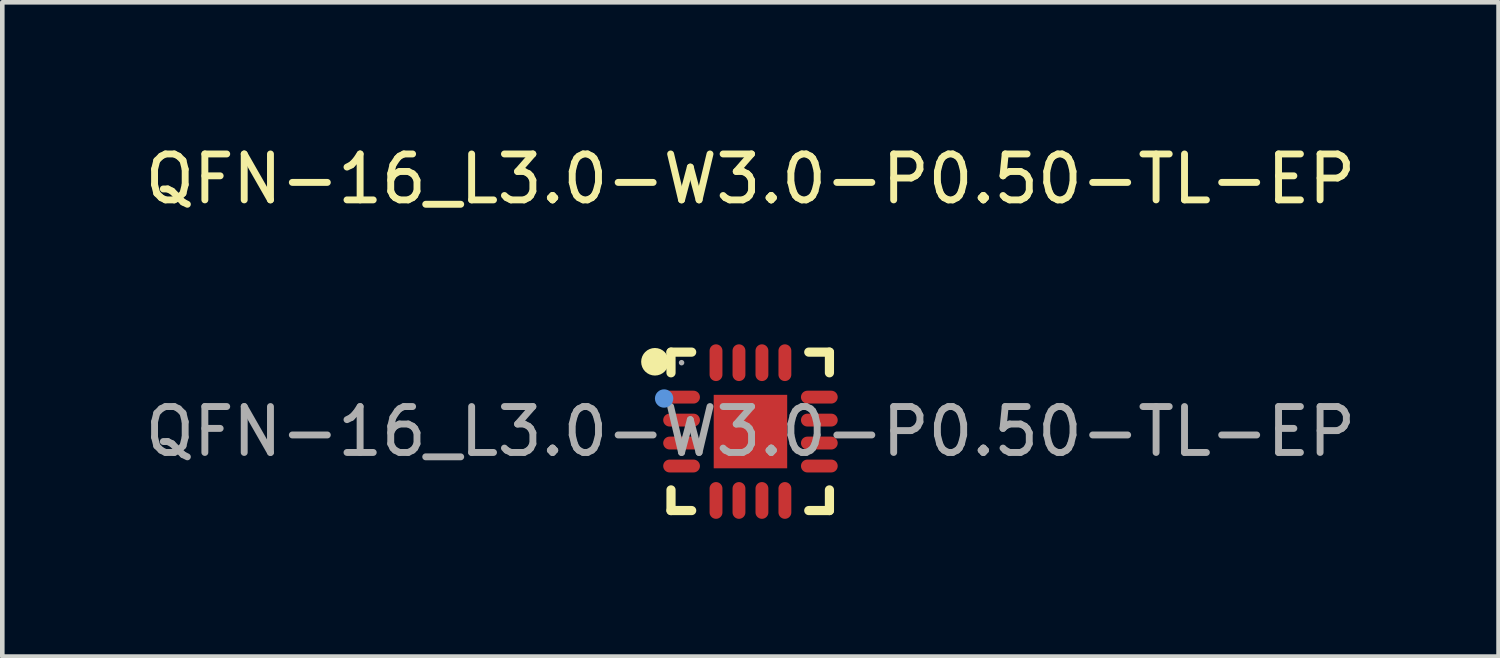
<source format=kicad_pcb>
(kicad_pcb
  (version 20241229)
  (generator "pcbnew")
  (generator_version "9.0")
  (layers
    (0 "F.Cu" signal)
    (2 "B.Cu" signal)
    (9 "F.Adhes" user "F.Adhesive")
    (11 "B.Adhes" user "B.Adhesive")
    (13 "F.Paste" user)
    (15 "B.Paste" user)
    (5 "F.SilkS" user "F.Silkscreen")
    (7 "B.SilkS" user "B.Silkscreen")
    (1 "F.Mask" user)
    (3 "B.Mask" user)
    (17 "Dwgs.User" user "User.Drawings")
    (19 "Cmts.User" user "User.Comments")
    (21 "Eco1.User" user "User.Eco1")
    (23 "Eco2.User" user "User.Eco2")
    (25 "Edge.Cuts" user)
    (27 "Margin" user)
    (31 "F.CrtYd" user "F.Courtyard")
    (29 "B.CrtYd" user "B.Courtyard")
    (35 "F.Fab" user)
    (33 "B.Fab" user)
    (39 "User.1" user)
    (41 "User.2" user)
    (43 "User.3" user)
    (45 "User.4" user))
  (footprint "QFN-16_L3.0-W3.0-P0.50-TL-EP"
    (layer "F.Cu")
    (at 13.292 6.348)
    (property "Reference" "QFN-16_L3.0-W3.0-P0.50-TL-EP" (at 0 -5.5 0) (layer "F.SilkS") (effects (font (size 1 1) (thickness 0.15))))
    (attr smd)
    (fp_line (start -1.73 -1.73) (end -1.28 -1.73) (stroke (width 0.2) (type solid)) (layer "F.SilkS"))
    (fp_line (start -1.73 -1.28) (end -1.73 -1.73) (stroke (width 0.2) (type solid)) (layer "F.SilkS"))
    (fp_line (start -1.73 1.72) (end -1.73 1.27) (stroke (width 0.2) (type solid)) (layer "F.SilkS"))
    (fp_line (start -1.28 1.72) (end -1.73 1.72) (stroke (width 0.2) (type solid)) (layer "F.SilkS"))
    (fp_line (start 1.27 -1.73) (end 1.72 -1.73) (stroke (width 0.2) (type solid)) (layer "F.SilkS"))
    (fp_line (start 1.27 1.72) (end 1.72 1.72) (stroke (width 0.2) (type solid)) (layer "F.SilkS"))
    (fp_line (start 1.72 -1.73) (end 1.72 -1.28) (stroke (width 0.2) (type solid)) (layer "F.SilkS"))
    (fp_line (start 1.72 1.72) (end 1.72 1.27) (stroke (width 0.2) (type solid)) (layer "F.SilkS"))
    (fp_arc (start -2.08 -1.52) (mid -2.08 -1.52) (end -2.08 -1.52) (stroke (width 0.3) (type solid)) (layer "F.SilkS"))
    (fp_circle (center -1.88 -0.72) (end -1.78 -0.72) (stroke (width 0.2) (type solid)) (fill no) (layer "Cmts.User"))
    (fp_circle (center -1.5 -1.5) (end -1.47 -1.5) (stroke (width 0.06) (type solid)) (fill no) (layer "F.Fab"))
    (fp_text user "${REFERENCE}" (at 0 0 0) (layer "F.Fab") (effects (font (size 1 1) (thickness 0.15))))
    (pad "1" smd oval (at -1.5 -0.75 90) (size 0.28 0.8) (layers "F.Cu" "F.Mask" "F.Paste"))
    (pad "2" smd oval (at -1.5 -0.25 90) (size 0.28 0.8) (layers "F.Cu" "F.Mask" "F.Paste"))
    (pad "3" smd oval (at -1.5 0.25 90) (size 0.28 0.8) (layers "F.Cu" "F.Mask" "F.Paste"))
    (pad "4" smd oval (at -1.5 0.75 90) (size 0.28 0.8) (layers "F.Cu" "F.Mask" "F.Paste"))
    (pad "5" smd oval (at -0.75 1.5) (size 0.28 0.8) (layers "F.Cu" "F.Mask" "F.Paste"))
    (pad "6" smd oval (at -0.25 1.5) (size 0.28 0.8) (layers "F.Cu" "F.Mask" "F.Paste"))
    (pad "7" smd oval (at 0.25 1.5) (size 0.28 0.8) (layers "F.Cu" "F.Mask" "F.Paste"))
    (pad "8" smd oval (at 0.75 1.5) (size 0.28 0.8) (layers "F.Cu" "F.Mask" "F.Paste"))
    (pad "9" smd oval (at 1.5 0.75 90) (size 0.28 0.8) (layers "F.Cu" "F.Mask" "F.Paste"))
    (pad "10" smd oval (at 1.5 0.25 90) (size 0.28 0.8) (layers "F.Cu" "F.Mask" "F.Paste"))
    (pad "11" smd oval (at 1.5 -0.25 90) (size 0.28 0.8) (layers "F.Cu" "F.Mask" "F.Paste"))
    (pad "12" smd oval (at 1.5 -0.75 90) (size 0.28 0.8) (layers "F.Cu" "F.Mask" "F.Paste"))
    (pad "13" smd oval (at 0.75 -1.5) (size 0.28 0.8) (layers "F.Cu" "F.Mask" "F.Paste"))
    (pad "14" smd oval (at 0.25 -1.5) (size 0.28 0.8) (layers "F.Cu" "F.Mask" "F.Paste"))
    (pad "15" smd oval (at -0.25 -1.5) (size 0.28 0.8) (layers "F.Cu" "F.Mask" "F.Paste"))
    (pad "16" smd oval (at -0.75 -1.5) (size 0.28 0.8) (layers "F.Cu" "F.Mask" "F.Paste"))
    (pad "17" smd rect (at 0 0) (size 1.6 1.6) (layers "F.Cu" "F.Mask" "F.Paste")))
  (gr_rect
    (start -3 -3)
    (end 29.583 11.248)
    (stroke (width 0.1) (type default))
    (fill no)
    (layer "Edge.Cuts")))
</source>
